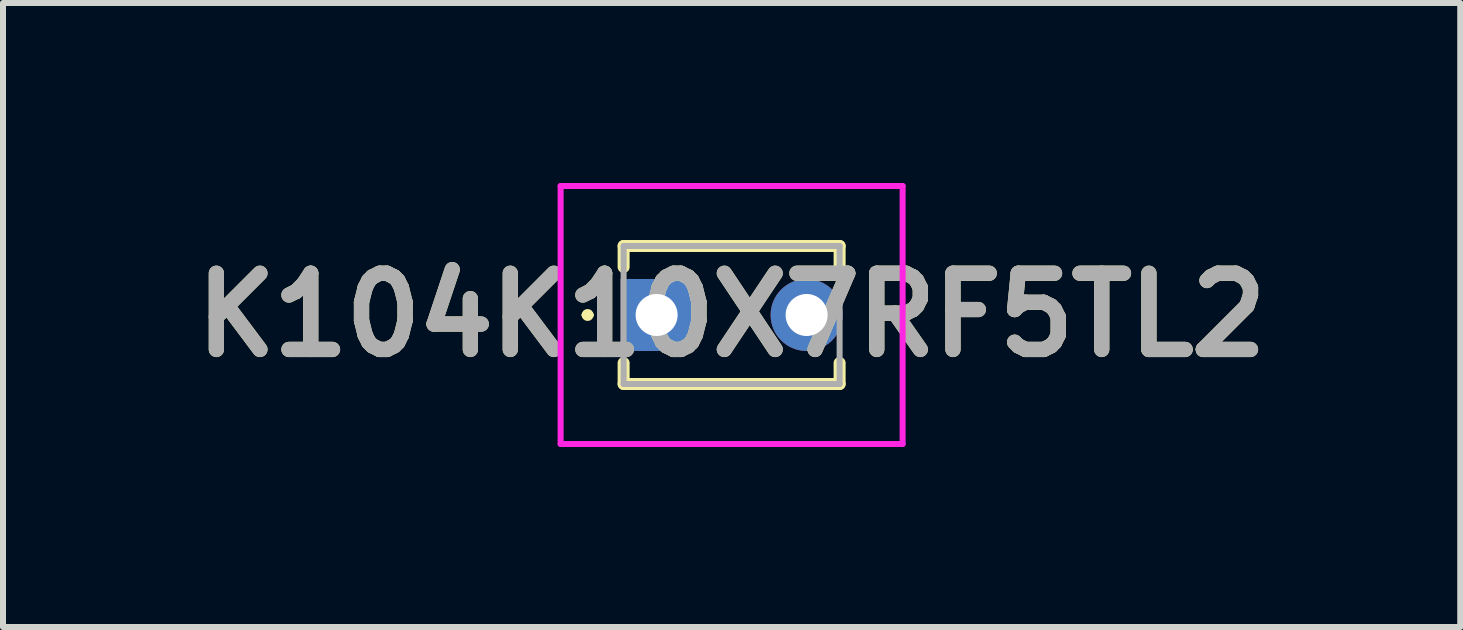
<source format=kicad_pcb>
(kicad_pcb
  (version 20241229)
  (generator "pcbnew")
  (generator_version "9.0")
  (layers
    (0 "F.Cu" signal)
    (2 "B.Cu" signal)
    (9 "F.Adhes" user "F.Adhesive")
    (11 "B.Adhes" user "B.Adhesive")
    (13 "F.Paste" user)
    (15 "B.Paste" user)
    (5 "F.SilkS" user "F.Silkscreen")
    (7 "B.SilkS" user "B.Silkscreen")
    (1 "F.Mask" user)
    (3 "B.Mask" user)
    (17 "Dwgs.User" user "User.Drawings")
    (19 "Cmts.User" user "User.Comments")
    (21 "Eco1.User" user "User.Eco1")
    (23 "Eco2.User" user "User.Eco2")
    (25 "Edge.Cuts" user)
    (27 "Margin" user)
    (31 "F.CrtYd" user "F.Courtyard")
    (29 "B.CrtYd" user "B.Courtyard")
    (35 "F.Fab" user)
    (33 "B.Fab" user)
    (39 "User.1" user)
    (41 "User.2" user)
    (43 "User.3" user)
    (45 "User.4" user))
  (footprint "K104K10X7RF5TL2"
    (layer "F.Cu")
    (at 7.894 2.2)
    (property "Reference" "K104K10X7RF5TL2" (at 1.25 0 0) (layer "F.SilkS") (effects (font (size 1.27 1.27) (thickness 0.254))))
    (attr through_hole)
    (fp_line (start -1.2 0) (end -1.2 0) (stroke (width 0.1) (type solid)) (layer "F.SilkS"))
    (fp_line (start -1.1 0) (end -1.1 0) (stroke (width 0.1) (type solid)) (layer "F.SilkS"))
    (fp_line (start -0.55 -1.15) (end 3.05 -1.15) (stroke (width 0.2) (type solid)) (layer "F.SilkS"))
    (fp_line (start -0.55 -0.8) (end -0.55 -1.15) (stroke (width 0.2) (type solid)) (layer "F.SilkS"))
    (fp_line (start -0.55 1.15) (end -0.55 0.8) (stroke (width 0.2) (type solid)) (layer "F.SilkS"))
    (fp_line (start 3.05 -1.15) (end 3.05 -0.8) (stroke (width 0.2) (type solid)) (layer "F.SilkS"))
    (fp_line (start 3.05 0.8) (end 3.05 1.15) (stroke (width 0.2) (type solid)) (layer "F.SilkS"))
    (fp_line (start 3.05 1.15) (end -0.55 1.15) (stroke (width 0.2) (type solid)) (layer "F.SilkS"))
    (fp_arc (start -1.2 0) (mid -1.15 -0.05) (end -1.1 0) (stroke (width 0.1) (type solid)) (layer "F.SilkS"))
    (fp_arc (start -1.1 0) (mid -1.15 0.05) (end -1.2 0) (stroke (width 0.1) (type solid)) (layer "F.SilkS"))
    (fp_line (start -1.6 -2.15) (end 4.1 -2.15) (stroke (width 0.1) (type solid)) (layer "F.CrtYd"))
    (fp_line (start -1.6 2.15) (end -1.6 -2.15) (stroke (width 0.1) (type solid)) (layer "F.CrtYd"))
    (fp_line (start 4.1 -2.15) (end 4.1 2.15) (stroke (width 0.1) (type solid)) (layer "F.CrtYd"))
    (fp_line (start 4.1 2.15) (end -1.6 2.15) (stroke (width 0.1) (type solid)) (layer "F.CrtYd"))
    (fp_line (start -0.55 -1.15) (end 3.05 -1.15) (stroke (width 0.1) (type solid)) (layer "F.Fab"))
    (fp_line (start -0.55 1.15) (end -0.55 -1.15) (stroke (width 0.1) (type solid)) (layer "F.Fab"))
    (fp_line (start 3.05 -1.15) (end 3.05 1.15) (stroke (width 0.1) (type solid)) (layer "F.Fab"))
    (fp_line (start 3.05 1.15) (end -0.55 1.15) (stroke (width 0.1) (type solid)) (layer "F.Fab"))
    (fp_text user "${REFERENCE}" (at 1.25 0 0) (layer "F.Fab") (effects (font (size 1.27 1.27) (thickness 0.254))))
    (pad "1" thru_hole rect (at 0 0) (size 1.2 1.2) (drill 0.7) (layers "*.Cu" "*.Mask"))
    (pad "2" thru_hole circle (at 2.5 0) (size 1.2 1.2) (drill 0.7) (layers "*.Cu" "*.Mask")))
  (gr_rect
    (start -3 -3)
    (end 21.288 7.4)
    (stroke (width 0.1) (type default))
    (fill no)
    (layer "Edge.Cuts")))
</source>
